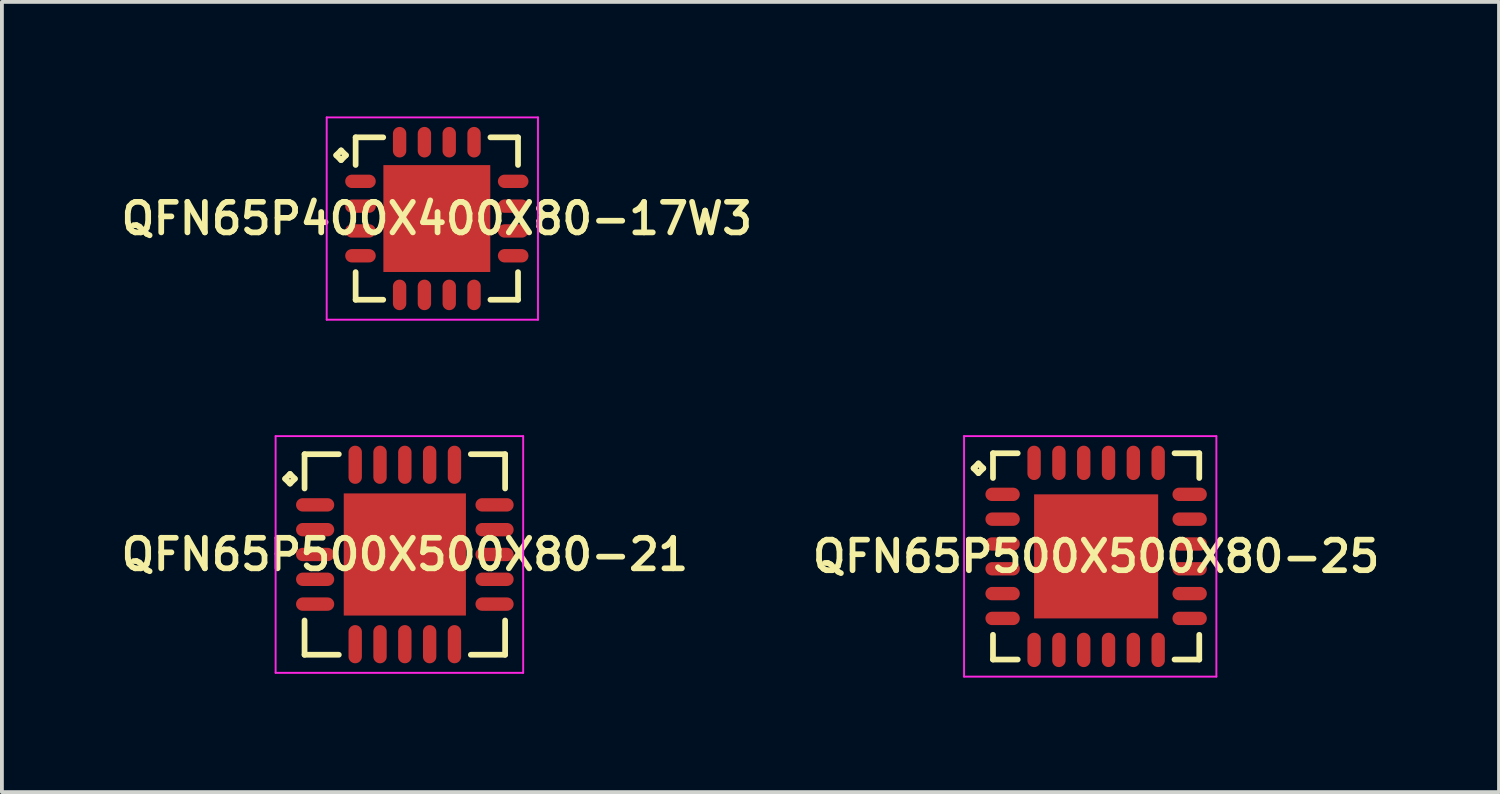
<source format=kicad_pcb>
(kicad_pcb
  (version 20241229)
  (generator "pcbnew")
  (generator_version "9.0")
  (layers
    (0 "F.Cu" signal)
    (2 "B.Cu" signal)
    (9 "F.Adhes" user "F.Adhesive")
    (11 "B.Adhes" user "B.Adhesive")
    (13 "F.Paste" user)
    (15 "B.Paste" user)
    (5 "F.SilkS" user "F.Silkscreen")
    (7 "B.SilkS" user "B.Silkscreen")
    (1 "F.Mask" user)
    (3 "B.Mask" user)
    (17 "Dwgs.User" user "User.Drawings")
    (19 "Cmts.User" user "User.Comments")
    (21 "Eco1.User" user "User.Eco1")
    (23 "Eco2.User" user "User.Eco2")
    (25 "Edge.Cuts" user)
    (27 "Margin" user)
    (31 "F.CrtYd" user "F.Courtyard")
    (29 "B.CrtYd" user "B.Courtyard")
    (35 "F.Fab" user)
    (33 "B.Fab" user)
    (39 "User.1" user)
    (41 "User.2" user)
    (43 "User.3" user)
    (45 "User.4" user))
  (footprint "QFN65P400X400X80-17W3"
    (layer "F.Cu")
    (at 8.393 2.675)
    (property "Reference" "QFN65P400X400X80-17W3" (at 0 0 0) (layer "F.SilkS") (effects (font (size 0.8 0.8) (thickness 0.15))))
    (attr smd)
    (fp_line (start -2.635 -1.658) (end -2.508 -1.785) (stroke (width 0.15) (type solid)) (layer "F.SilkS"))
    (fp_line (start -2.508 -1.785) (end -2.381 -1.658) (stroke (width 0.15) (type solid)) (layer "F.SilkS"))
    (fp_line (start -2.508 -1.531) (end -2.635 -1.658) (stroke (width 0.15) (type solid)) (layer "F.SilkS"))
    (fp_line (start -2.381 -1.658) (end -2.508 -1.531) (stroke (width 0.15) (type solid)) (layer "F.SilkS"))
    (fp_line (start -2.127 -2.127) (end -1.404 -2.127) (stroke (width 0.15) (type solid)) (layer "F.SilkS"))
    (fp_line (start -2.127 -1.404) (end -2.127 -2.127) (stroke (width 0.15) (type solid)) (layer "F.SilkS"))
    (fp_line (start -2.127 1.404) (end -2.127 2.127) (stroke (width 0.15) (type solid)) (layer "F.SilkS"))
    (fp_line (start -2.127 2.127) (end -1.404 2.127) (stroke (width 0.15) (type solid)) (layer "F.SilkS"))
    (fp_line (start 1.404 -2.127) (end 2.127 -2.127) (stroke (width 0.15) (type solid)) (layer "F.SilkS"))
    (fp_line (start 1.404 2.127) (end 2.127 2.127) (stroke (width 0.15) (type solid)) (layer "F.SilkS"))
    (fp_line (start 2.127 -2.127) (end 2.127 -1.404) (stroke (width 0.15) (type solid)) (layer "F.SilkS"))
    (fp_line (start 2.127 2.127) (end 2.127 1.404) (stroke (width 0.15) (type solid)) (layer "F.SilkS"))
    (fp_line (start -2.885 -2.65) (end 2.65 -2.65) (stroke (width 0.05) (type solid)) (layer "F.CrtYd"))
    (fp_line (start -2.885 2.65) (end -2.885 -2.65) (stroke (width 0.05) (type solid)) (layer "F.CrtYd"))
    (fp_line (start 2.65 -2.65) (end 2.65 2.65) (stroke (width 0.05) (type solid)) (layer "F.CrtYd"))
    (fp_line (start 2.65 2.65) (end -2.885 2.65) (stroke (width 0.05) (type solid)) (layer "F.CrtYd"))
    (pad "1" smd oval (at -2 -0.975) (size 0.8 0.35) (layers "F.Cu" "F.Mask" "F.Paste"))
    (pad "2" smd oval (at -2 -0.325) (size 0.8 0.35) (layers "F.Cu" "F.Mask" "F.Paste"))
    (pad "3" smd oval (at -2 0.325) (size 0.8 0.35) (layers "F.Cu" "F.Mask" "F.Paste"))
    (pad "4" smd oval (at -2 0.975) (size 0.8 0.35) (layers "F.Cu" "F.Mask" "F.Paste"))
    (pad "5" smd oval (at -0.975 2) (size 0.35 0.8) (layers "F.Cu" "F.Mask" "F.Paste"))
    (pad "6" smd oval (at -0.325 2) (size 0.35 0.8) (layers "F.Cu" "F.Mask" "F.Paste"))
    (pad "7" smd oval (at 0.325 2) (size 0.35 0.8) (layers "F.Cu" "F.Mask" "F.Paste"))
    (pad "8" smd oval (at 0.975 2) (size 0.35 0.8) (layers "F.Cu" "F.Mask" "F.Paste"))
    (pad "9" smd oval (at 2 0.975) (size 0.8 0.35) (layers "F.Cu" "F.Mask" "F.Paste"))
    (pad "10" smd oval (at 2 0.325) (size 0.8 0.35) (layers "F.Cu" "F.Mask" "F.Paste"))
    (pad "11" smd oval (at 2 -0.325) (size 0.8 0.35) (layers "F.Cu" "F.Mask" "F.Paste"))
    (pad "12" smd oval (at 2 -0.975) (size 0.8 0.35) (layers "F.Cu" "F.Mask" "F.Paste"))
    (pad "13" smd oval (at 0.975 -2) (size 0.35 0.8) (layers "F.Cu" "F.Mask" "F.Paste"))
    (pad "14" smd oval (at 0.325 -2) (size 0.35 0.8) (layers "F.Cu" "F.Mask" "F.Paste"))
    (pad "15" smd oval (at -0.325 -2) (size 0.35 0.8) (layers "F.Cu" "F.Mask" "F.Paste"))
    (pad "16" smd oval (at -0.975 -2) (size 0.35 0.8) (layers "F.Cu" "F.Mask" "F.Paste"))
    (pad "17" smd rect (at 0 0) (size 2.8 2.8) (layers "F.Cu" "F.Mask" "F.Paste")))
  (footprint "QFN65P500X500X80-21"
    (layer "F.Cu")
    (at 7.555 11.475)
    (property "Reference" "QFN65P500X500X80-21" (at 0 0 0) (layer "F.SilkS") (effects (font (size 0.8 0.8) (thickness 0.15))))
    (attr smd)
    (fp_line (start -3.135 -1.983) (end -3.008 -2.11) (stroke (width 0.15) (type solid)) (layer "F.SilkS"))
    (fp_line (start -3.008 -2.11) (end -2.881 -1.983) (stroke (width 0.15) (type solid)) (layer "F.SilkS"))
    (fp_line (start -3.008 -1.856) (end -3.135 -1.983) (stroke (width 0.15) (type solid)) (layer "F.SilkS"))
    (fp_line (start -2.881 -1.983) (end -3.008 -1.856) (stroke (width 0.15) (type solid)) (layer "F.SilkS"))
    (fp_line (start -2.627 -2.627) (end -1.729 -2.627) (stroke (width 0.15) (type solid)) (layer "F.SilkS"))
    (fp_line (start -2.627 -1.729) (end -2.627 -2.627) (stroke (width 0.15) (type solid)) (layer "F.SilkS"))
    (fp_line (start -2.627 1.729) (end -2.627 2.627) (stroke (width 0.15) (type solid)) (layer "F.SilkS"))
    (fp_line (start -2.627 2.627) (end -1.729 2.627) (stroke (width 0.15) (type solid)) (layer "F.SilkS"))
    (fp_line (start 1.729 -2.627) (end 2.627 -2.627) (stroke (width 0.15) (type solid)) (layer "F.SilkS"))
    (fp_line (start 1.729 2.627) (end 2.627 2.627) (stroke (width 0.15) (type solid)) (layer "F.SilkS"))
    (fp_line (start 2.627 -2.627) (end 2.627 -1.729) (stroke (width 0.15) (type solid)) (layer "F.SilkS"))
    (fp_line (start 2.627 2.627) (end 2.627 1.729) (stroke (width 0.15) (type solid)) (layer "F.SilkS"))
    (fp_line (start -3.385 -3.1) (end 3.1 -3.1) (stroke (width 0.05) (type solid)) (layer "F.CrtYd"))
    (fp_line (start -3.385 3.1) (end -3.385 -3.1) (stroke (width 0.05) (type solid)) (layer "F.CrtYd"))
    (fp_line (start 3.1 -3.1) (end 3.1 3.1) (stroke (width 0.05) (type solid)) (layer "F.CrtYd"))
    (fp_line (start 3.1 3.1) (end -3.385 3.1) (stroke (width 0.05) (type solid)) (layer "F.CrtYd"))
    (pad "1" smd oval (at -2.35 -1.3) (size 1 0.35) (layers "F.Cu" "F.Mask" "F.Paste"))
    (pad "2" smd oval (at -2.35 -0.65) (size 1 0.35) (layers "F.Cu" "F.Mask" "F.Paste"))
    (pad "3" smd oval (at -2.35 0) (size 1 0.35) (layers "F.Cu" "F.Mask" "F.Paste"))
    (pad "4" smd oval (at -2.35 0.65) (size 1 0.35) (layers "F.Cu" "F.Mask" "F.Paste"))
    (pad "5" smd oval (at -2.35 1.3) (size 1 0.35) (layers "F.Cu" "F.Mask" "F.Paste"))
    (pad "6" smd oval (at -1.3 2.35) (size 0.35 1) (layers "F.Cu" "F.Mask" "F.Paste"))
    (pad "7" smd oval (at -0.65 2.35) (size 0.35 1) (layers "F.Cu" "F.Mask" "F.Paste"))
    (pad "8" smd oval (at 0 2.35) (size 0.35 1) (layers "F.Cu" "F.Mask" "F.Paste"))
    (pad "9" smd oval (at 0.65 2.35) (size 0.35 1) (layers "F.Cu" "F.Mask" "F.Paste"))
    (pad "10" smd oval (at 1.3 2.35) (size 0.35 1) (layers "F.Cu" "F.Mask" "F.Paste"))
    (pad "11" smd oval (at 2.35 1.3) (size 1 0.35) (layers "F.Cu" "F.Mask" "F.Paste"))
    (pad "12" smd oval (at 2.35 0.65) (size 1 0.35) (layers "F.Cu" "F.Mask" "F.Paste"))
    (pad "13" smd oval (at 2.35 0) (size 1 0.35) (layers "F.Cu" "F.Mask" "F.Paste"))
    (pad "14" smd oval (at 2.35 -0.65) (size 1 0.35) (layers "F.Cu" "F.Mask" "F.Paste"))
    (pad "15" smd oval (at 2.35 -1.3) (size 1 0.35) (layers "F.Cu" "F.Mask" "F.Paste"))
    (pad "16" smd oval (at 1.3 -2.35) (size 0.35 1) (layers "F.Cu" "F.Mask" "F.Paste"))
    (pad "17" smd oval (at 0.65 -2.35) (size 0.35 1) (layers "F.Cu" "F.Mask" "F.Paste"))
    (pad "18" smd oval (at 0 -2.35) (size 0.35 1) (layers "F.Cu" "F.Mask" "F.Paste"))
    (pad "19" smd oval (at -0.65 -2.35) (size 0.35 1) (layers "F.Cu" "F.Mask" "F.Paste"))
    (pad "20" smd oval (at -1.3 -2.35) (size 0.35 1) (layers "F.Cu" "F.Mask" "F.Paste"))
    (pad "21" smd rect (at 0 0) (size 3.2 3.2) (layers "F.Cu" "F.Mask" "F.Paste")))
  (footprint "QFN65P500X500X80-25"
    (layer "F.Cu")
    (at 25.664 11.525)
    (property "Reference" "QFN65P500X500X80-25" (at 0 0 0) (layer "F.SilkS") (effects (font (size 0.8 0.8) (thickness 0.15))))
    (attr smd)
    (fp_line (start -3.21 -2.308) (end -3.083 -2.435) (stroke (width 0.15) (type solid)) (layer "F.SilkS"))
    (fp_line (start -3.083 -2.435) (end -2.956 -2.308) (stroke (width 0.15) (type solid)) (layer "F.SilkS"))
    (fp_line (start -3.083 -2.181) (end -3.21 -2.308) (stroke (width 0.15) (type solid)) (layer "F.SilkS"))
    (fp_line (start -2.956 -2.308) (end -3.083 -2.181) (stroke (width 0.15) (type solid)) (layer "F.SilkS"))
    (fp_line (start -2.702 -2.702) (end -2.054 -2.702) (stroke (width 0.15) (type solid)) (layer "F.SilkS"))
    (fp_line (start -2.702 -2.054) (end -2.702 -2.702) (stroke (width 0.15) (type solid)) (layer "F.SilkS"))
    (fp_line (start -2.702 2.054) (end -2.702 2.702) (stroke (width 0.15) (type solid)) (layer "F.SilkS"))
    (fp_line (start -2.702 2.702) (end -2.054 2.702) (stroke (width 0.15) (type solid)) (layer "F.SilkS"))
    (fp_line (start 2.054 -2.702) (end 2.702 -2.702) (stroke (width 0.15) (type solid)) (layer "F.SilkS"))
    (fp_line (start 2.054 2.702) (end 2.702 2.702) (stroke (width 0.15) (type solid)) (layer "F.SilkS"))
    (fp_line (start 2.702 -2.702) (end 2.702 -2.054) (stroke (width 0.15) (type solid)) (layer "F.SilkS"))
    (fp_line (start 2.702 2.702) (end 2.702 2.054) (stroke (width 0.15) (type solid)) (layer "F.SilkS"))
    (fp_line (start -3.46 -3.15) (end 3.15 -3.15) (stroke (width 0.05) (type solid)) (layer "F.CrtYd"))
    (fp_line (start -3.46 3.15) (end -3.46 -3.15) (stroke (width 0.05) (type solid)) (layer "F.CrtYd"))
    (fp_line (start 3.15 -3.15) (end 3.15 3.15) (stroke (width 0.05) (type solid)) (layer "F.CrtYd"))
    (fp_line (start 3.15 3.15) (end -3.46 3.15) (stroke (width 0.05) (type solid)) (layer "F.CrtYd"))
    (pad "1" smd oval (at -2.45 -1.625) (size 0.9 0.35) (layers "F.Cu" "F.Mask" "F.Paste"))
    (pad "2" smd oval (at -2.45 -0.975) (size 0.9 0.35) (layers "F.Cu" "F.Mask" "F.Paste"))
    (pad "3" smd oval (at -2.45 -0.325) (size 0.9 0.35) (layers "F.Cu" "F.Mask" "F.Paste"))
    (pad "4" smd oval (at -2.45 0.325) (size 0.9 0.35) (layers "F.Cu" "F.Mask" "F.Paste"))
    (pad "5" smd oval (at -2.45 0.975) (size 0.9 0.35) (layers "F.Cu" "F.Mask" "F.Paste"))
    (pad "6" smd oval (at -2.45 1.625) (size 0.9 0.35) (layers "F.Cu" "F.Mask" "F.Paste"))
    (pad "7" smd oval (at -1.625 2.45) (size 0.35 0.9) (layers "F.Cu" "F.Mask" "F.Paste"))
    (pad "8" smd oval (at -0.975 2.45) (size 0.35 0.9) (layers "F.Cu" "F.Mask" "F.Paste"))
    (pad "9" smd oval (at -0.325 2.45) (size 0.35 0.9) (layers "F.Cu" "F.Mask" "F.Paste"))
    (pad "10" smd oval (at 0.325 2.45) (size 0.35 0.9) (layers "F.Cu" "F.Mask" "F.Paste"))
    (pad "11" smd oval (at 0.975 2.45) (size 0.35 0.9) (layers "F.Cu" "F.Mask" "F.Paste"))
    (pad "12" smd oval (at 1.625 2.45) (size 0.35 0.9) (layers "F.Cu" "F.Mask" "F.Paste"))
    (pad "13" smd oval (at 2.45 1.625) (size 0.9 0.35) (layers "F.Cu" "F.Mask" "F.Paste"))
    (pad "14" smd oval (at 2.45 0.975) (size 0.9 0.35) (layers "F.Cu" "F.Mask" "F.Paste"))
    (pad "15" smd oval (at 2.45 0.325) (size 0.9 0.35) (layers "F.Cu" "F.Mask" "F.Paste"))
    (pad "16" smd oval (at 2.45 -0.325) (size 0.9 0.35) (layers "F.Cu" "F.Mask" "F.Paste"))
    (pad "17" smd oval (at 2.45 -0.975) (size 0.9 0.35) (layers "F.Cu" "F.Mask" "F.Paste"))
    (pad "18" smd oval (at 2.45 -1.625) (size 0.9 0.35) (layers "F.Cu" "F.Mask" "F.Paste"))
    (pad "19" smd oval (at 1.625 -2.45) (size 0.35 0.9) (layers "F.Cu" "F.Mask" "F.Paste"))
    (pad "20" smd oval (at 0.975 -2.45) (size 0.35 0.9) (layers "F.Cu" "F.Mask" "F.Paste"))
    (pad "21" smd oval (at 0.325 -2.45) (size 0.35 0.9) (layers "F.Cu" "F.Mask" "F.Paste"))
    (pad "22" smd oval (at -0.325 -2.45) (size 0.35 0.9) (layers "F.Cu" "F.Mask" "F.Paste"))
    (pad "23" smd oval (at -0.975 -2.45) (size 0.35 0.9) (layers "F.Cu" "F.Mask" "F.Paste"))
    (pad "24" smd oval (at -1.625 -2.45) (size 0.35 0.9) (layers "F.Cu" "F.Mask" "F.Paste"))
    (pad "25" smd rect (at 0 0) (size 3.25 3.25) (layers "F.Cu" "F.Mask" "F.Paste")))
  (gr_rect
    (start -3 -3)
    (end 36.218 17.7)
    (stroke (width 0.1) (type default))
    (fill no)
    (layer "Edge.Cuts")))
</source>
